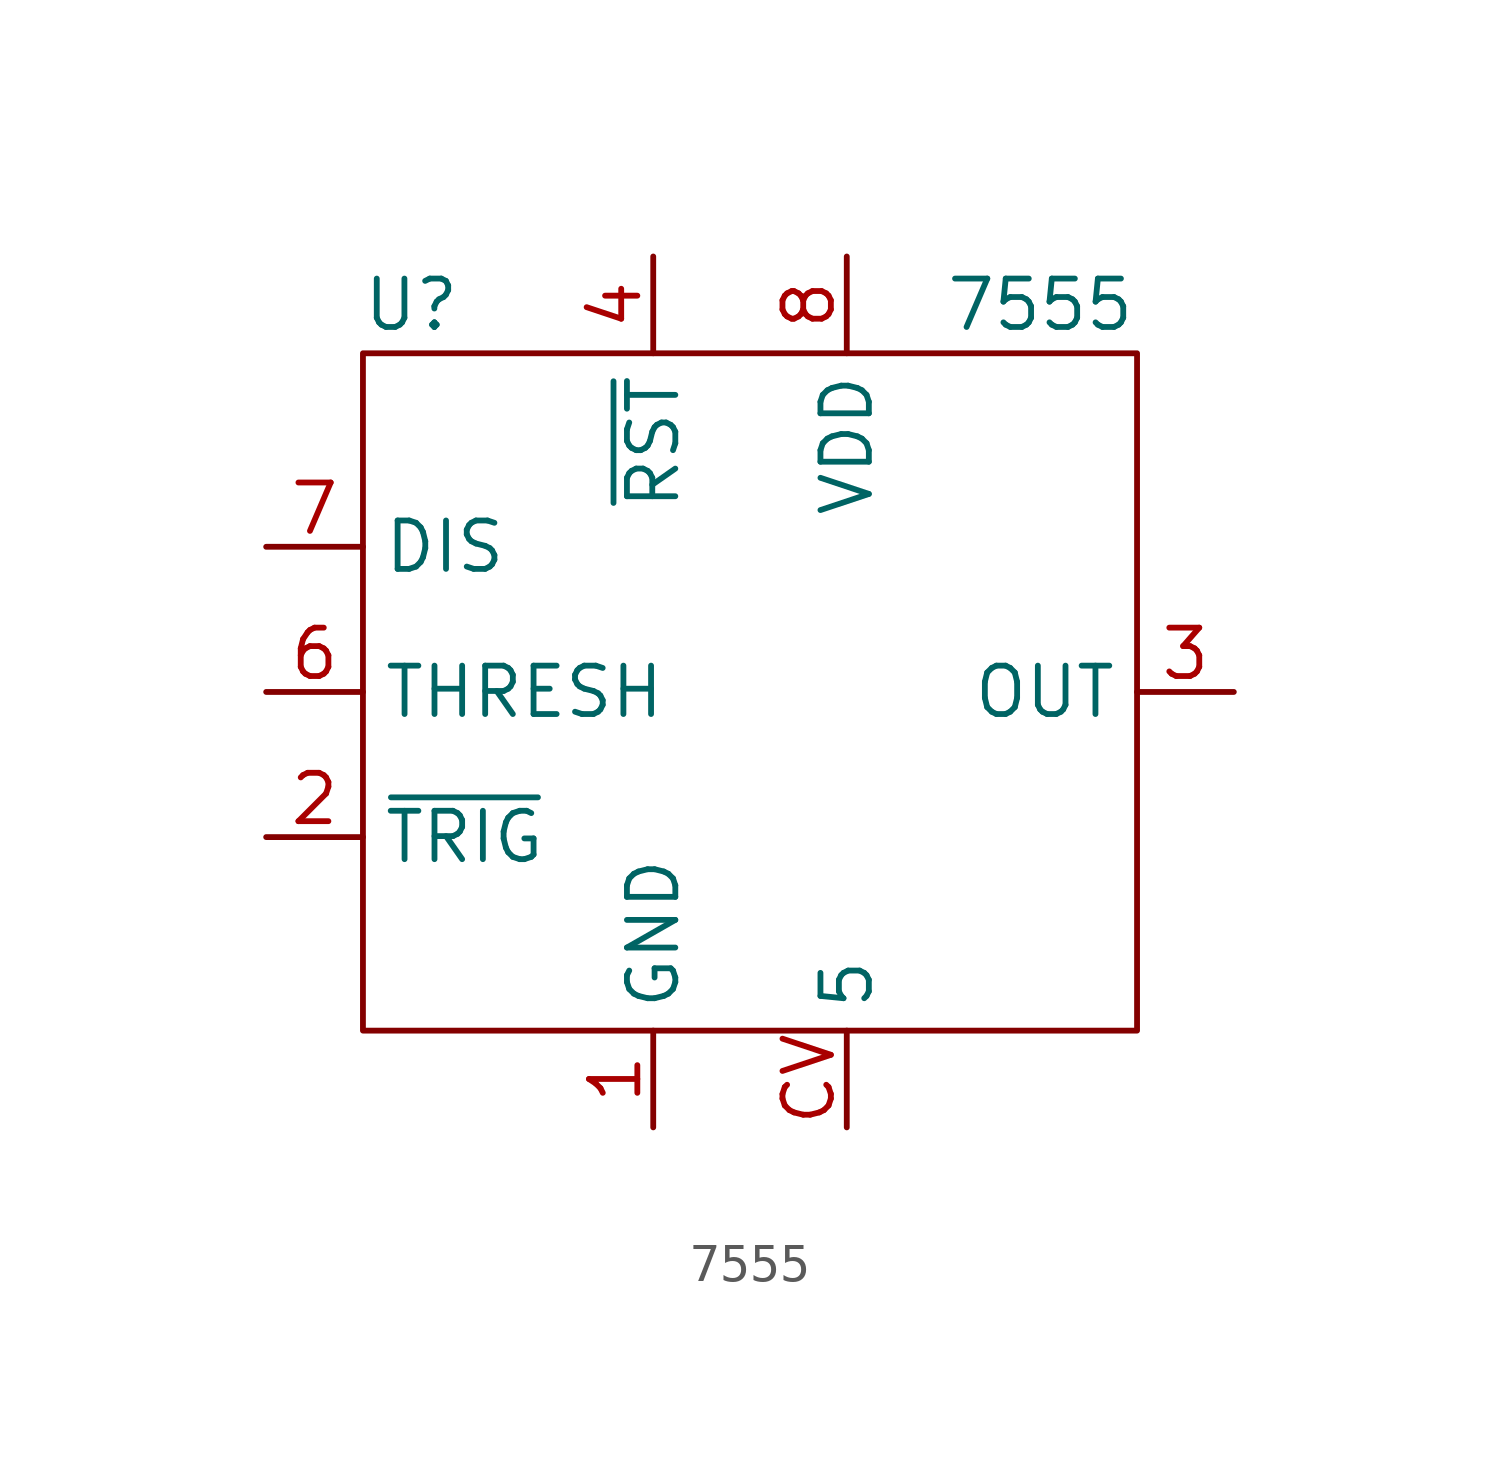
<source format=kicad_sym>
(kicad_symbol_lib
  (version 20220914)
  (generator kicad_symbol_editor)
  (symbol "7555"
    (property "Reference" "U"
      (at -8.89 10.16 0)
      (effects (font (size 1.27 1.27))))
    (property "Value" "7555"
      (at 7.62 10.16 0)
      (effects (font (size 1.27 1.27))))
    (symbol "7555_0_1"
      (rectangle (start -10.16 8.89) (end 10.16 -8.89) (stroke (width 0) (type default)) (fill (type none))))
    (symbol "7555_1_1"
      (pin input line (at -2.54 -11.43 90) (length 2.54) (name "GND" (effects (font (size 1.27 1.27)))) (number "1" (effects (font (size 1.27 1.27)))))
      (pin input line (at -12.7 -3.81 0) (length 2.54) (name "~{TRIG}" (effects (font (size 1.27 1.27)))) (number "2" (effects (font (size 1.27 1.27)))))
      (pin input line (at 12.7 0 180) (length 2.54) (name "OUT" (effects (font (size 1.27 1.27)))) (number "3" (effects (font (size 1.27 1.27)))))
      (pin input line (at -2.54 11.43 270) (length 2.54) (name "~{RST}" (effects (font (size 1.27 1.27)))) (number "4" (effects (font (size 1.27 1.27)))))
      (pin input line (at -12.7 0 0) (length 2.54) (name "THRESH" (effects (font (size 1.27 1.27)))) (number "6" (effects (font (size 1.27 1.27)))))
      (pin input line (at -12.7 3.81 0) (length 2.54) (name "DIS" (effects (font (size 1.27 1.27)))) (number "7" (effects (font (size 1.27 1.27)))))
      (pin input line (at 2.54 11.43 270) (length 2.54) (name "VDD" (effects (font (size 1.27 1.27)))) (number "8" (effects (font (size 1.27 1.27)))))
      (pin input line (at 2.54 -11.43 90) (length 2.54) (name "5" (effects (font (size 1.27 1.27)))) (number "CV" (effects (font (size 1.27 1.27))))))))
</source>
